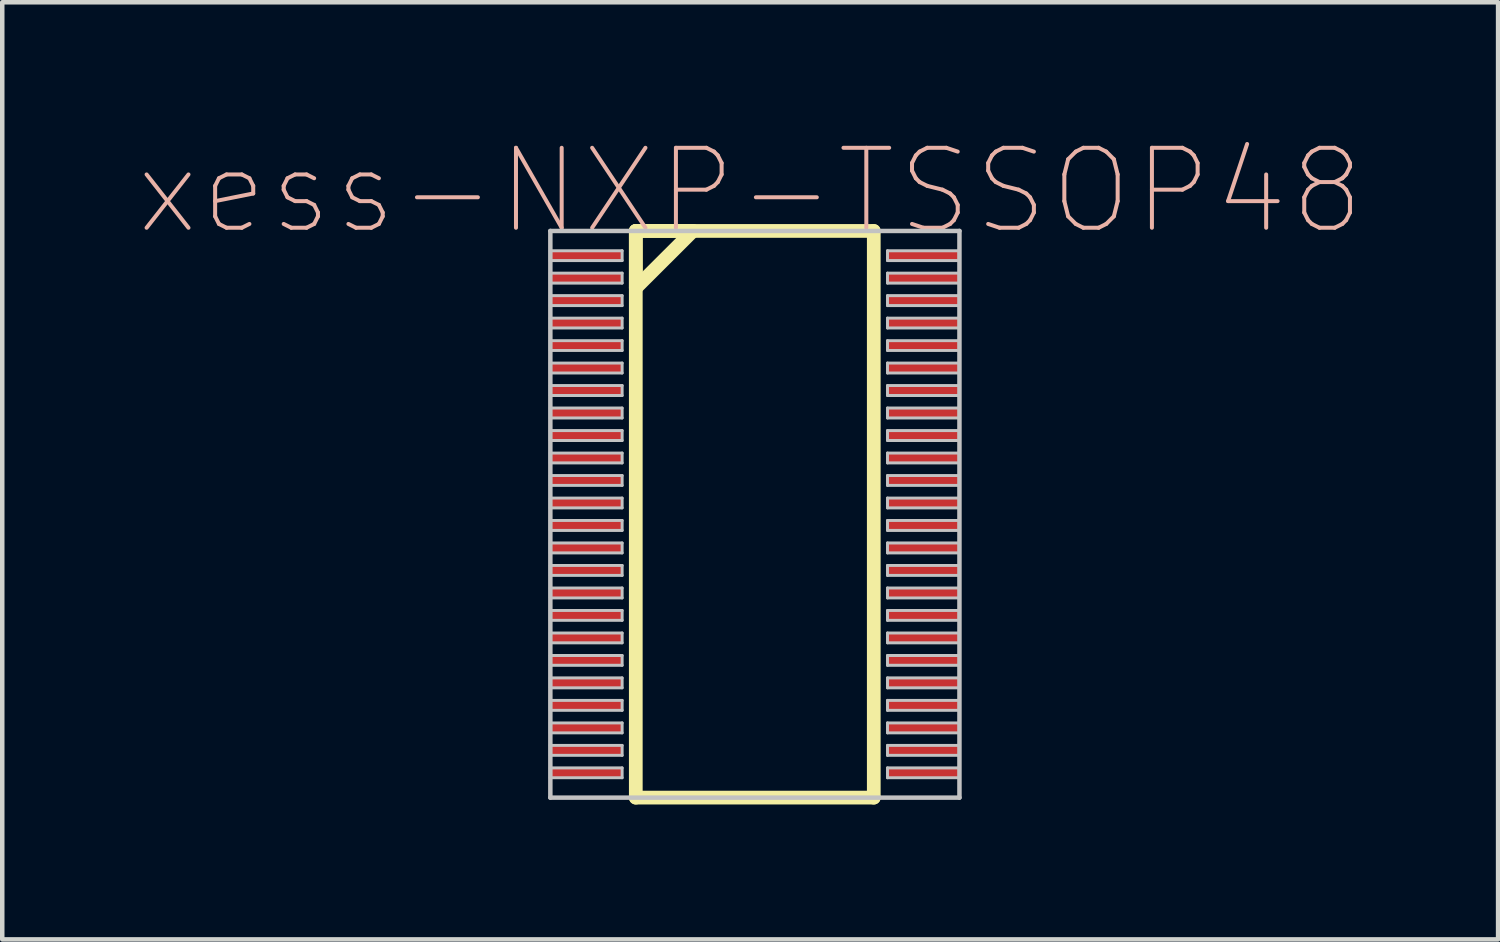
<source format=kicad_pcb>
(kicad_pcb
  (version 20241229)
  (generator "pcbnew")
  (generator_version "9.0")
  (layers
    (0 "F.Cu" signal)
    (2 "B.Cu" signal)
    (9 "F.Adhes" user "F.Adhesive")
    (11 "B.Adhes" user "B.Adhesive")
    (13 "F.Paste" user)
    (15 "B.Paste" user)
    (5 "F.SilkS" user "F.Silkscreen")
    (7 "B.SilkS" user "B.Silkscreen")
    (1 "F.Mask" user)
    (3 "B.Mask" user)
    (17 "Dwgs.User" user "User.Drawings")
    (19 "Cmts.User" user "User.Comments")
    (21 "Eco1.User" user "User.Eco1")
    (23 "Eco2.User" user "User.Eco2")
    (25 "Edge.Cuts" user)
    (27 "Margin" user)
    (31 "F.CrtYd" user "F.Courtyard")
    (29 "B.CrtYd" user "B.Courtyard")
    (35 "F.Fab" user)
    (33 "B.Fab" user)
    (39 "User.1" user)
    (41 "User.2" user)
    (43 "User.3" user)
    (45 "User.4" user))
  (footprint "xess-NXP-TSSOP48"
    (layer "F.Cu")
    (at 9.984 2.634)
    (property "Reference" "xess-NXP-TSSOP48" (at 3.645 -1.438 0) (layer "B.SilkS") (effects (font (size 1.778 1.778) (thickness 0.089))))
    (attr smd)
    (fp_line (start 1.102 -0.549) (end 1.102 0.719) (stroke (width 0.305) (type solid)) (layer "F.SilkS"))
    (fp_line (start 1.102 -0.549) (end 1.102 12.05) (stroke (width 0.305) (type solid)) (layer "F.SilkS"))
    (fp_line (start 1.102 0.719) (end 2.372 -0.549) (stroke (width 0.305) (type solid)) (layer "F.SilkS"))
    (fp_line (start 1.102 12.05) (end 6.393 12.05) (stroke (width 0.305) (type solid)) (layer "F.SilkS"))
    (fp_line (start 2.372 -0.549) (end 1.102 -0.549) (stroke (width 0.305) (type solid)) (layer "F.SilkS"))
    (fp_line (start 6.393 -0.549) (end 1.102 -0.549) (stroke (width 0.305) (type solid)) (layer "F.SilkS"))
    (fp_line (start 6.393 12.05) (end 6.393 -0.549) (stroke (width 0.305) (type solid)) (layer "F.SilkS"))
    (fp_line (start -0.798 -0.549) (end -0.798 12.05) (stroke (width 0.1) (type solid)) (layer "Dwgs.User"))
    (fp_line (start -0.798 -0.109) (end 0.798 -0.109) (stroke (width 0.066) (type solid)) (layer "Dwgs.User"))
    (fp_line (start -0.798 0.109) (end -0.798 -0.109) (stroke (width 0.066) (type solid)) (layer "Dwgs.User"))
    (fp_line (start -0.798 0.109) (end 0.798 0.109) (stroke (width 0.066) (type solid)) (layer "Dwgs.User"))
    (fp_line (start -0.798 0.389) (end 0.798 0.389) (stroke (width 0.066) (type solid)) (layer "Dwgs.User"))
    (fp_line (start -0.798 0.61) (end -0.798 0.389) (stroke (width 0.066) (type solid)) (layer "Dwgs.User"))
    (fp_line (start -0.798 0.61) (end 0.798 0.61) (stroke (width 0.066) (type solid)) (layer "Dwgs.User"))
    (fp_line (start -0.798 0.889) (end 0.798 0.889) (stroke (width 0.066) (type solid)) (layer "Dwgs.User"))
    (fp_line (start -0.798 1.11) (end -0.798 0.889) (stroke (width 0.066) (type solid)) (layer "Dwgs.User"))
    (fp_line (start -0.798 1.11) (end 0.798 1.11) (stroke (width 0.066) (type solid)) (layer "Dwgs.User"))
    (fp_line (start -0.798 1.389) (end 0.798 1.389) (stroke (width 0.066) (type solid)) (layer "Dwgs.User"))
    (fp_line (start -0.798 1.608) (end -0.798 1.389) (stroke (width 0.066) (type solid)) (layer "Dwgs.User"))
    (fp_line (start -0.798 1.608) (end 0.798 1.608) (stroke (width 0.066) (type solid)) (layer "Dwgs.User"))
    (fp_line (start -0.798 1.89) (end 0.798 1.89) (stroke (width 0.066) (type solid)) (layer "Dwgs.User"))
    (fp_line (start -0.798 2.108) (end -0.798 1.89) (stroke (width 0.066) (type solid)) (layer "Dwgs.User"))
    (fp_line (start -0.798 2.108) (end 0.798 2.108) (stroke (width 0.066) (type solid)) (layer "Dwgs.User"))
    (fp_line (start -0.798 2.388) (end 0.798 2.388) (stroke (width 0.066) (type solid)) (layer "Dwgs.User"))
    (fp_line (start -0.798 2.609) (end -0.798 2.388) (stroke (width 0.066) (type solid)) (layer "Dwgs.User"))
    (fp_line (start -0.798 2.609) (end 0.798 2.609) (stroke (width 0.066) (type solid)) (layer "Dwgs.User"))
    (fp_line (start -0.798 2.888) (end 0.798 2.888) (stroke (width 0.066) (type solid)) (layer "Dwgs.User"))
    (fp_line (start -0.798 3.109) (end -0.798 2.888) (stroke (width 0.066) (type solid)) (layer "Dwgs.User"))
    (fp_line (start -0.798 3.109) (end 0.798 3.109) (stroke (width 0.066) (type solid)) (layer "Dwgs.User"))
    (fp_line (start -0.798 3.388) (end 0.798 3.388) (stroke (width 0.066) (type solid)) (layer "Dwgs.User"))
    (fp_line (start -0.798 3.609) (end -0.798 3.388) (stroke (width 0.066) (type solid)) (layer "Dwgs.User"))
    (fp_line (start -0.798 3.609) (end 0.798 3.609) (stroke (width 0.066) (type solid)) (layer "Dwgs.User"))
    (fp_line (start -0.798 3.889) (end 0.798 3.889) (stroke (width 0.066) (type solid)) (layer "Dwgs.User"))
    (fp_line (start -0.798 4.11) (end -0.798 3.889) (stroke (width 0.066) (type solid)) (layer "Dwgs.User"))
    (fp_line (start -0.798 4.11) (end 0.798 4.11) (stroke (width 0.066) (type solid)) (layer "Dwgs.User"))
    (fp_line (start -0.798 4.389) (end 0.798 4.389) (stroke (width 0.066) (type solid)) (layer "Dwgs.User"))
    (fp_line (start -0.798 4.608) (end -0.798 4.389) (stroke (width 0.066) (type solid)) (layer "Dwgs.User"))
    (fp_line (start -0.798 4.608) (end 0.798 4.608) (stroke (width 0.066) (type solid)) (layer "Dwgs.User"))
    (fp_line (start -0.798 4.889) (end 0.798 4.889) (stroke (width 0.066) (type solid)) (layer "Dwgs.User"))
    (fp_line (start -0.798 5.108) (end -0.798 4.889) (stroke (width 0.066) (type solid)) (layer "Dwgs.User"))
    (fp_line (start -0.798 5.108) (end 0.798 5.108) (stroke (width 0.066) (type solid)) (layer "Dwgs.User"))
    (fp_line (start -0.798 5.39) (end 0.798 5.39) (stroke (width 0.066) (type solid)) (layer "Dwgs.User"))
    (fp_line (start -0.798 5.608) (end -0.798 5.39) (stroke (width 0.066) (type solid)) (layer "Dwgs.User"))
    (fp_line (start -0.798 5.608) (end 0.798 5.608) (stroke (width 0.066) (type solid)) (layer "Dwgs.User"))
    (fp_line (start -0.798 5.888) (end 0.798 5.888) (stroke (width 0.066) (type solid)) (layer "Dwgs.User"))
    (fp_line (start -0.798 6.109) (end -0.798 5.888) (stroke (width 0.066) (type solid)) (layer "Dwgs.User"))
    (fp_line (start -0.798 6.109) (end 0.798 6.109) (stroke (width 0.066) (type solid)) (layer "Dwgs.User"))
    (fp_line (start -0.798 6.388) (end 0.798 6.388) (stroke (width 0.066) (type solid)) (layer "Dwgs.User"))
    (fp_line (start -0.798 6.609) (end -0.798 6.388) (stroke (width 0.066) (type solid)) (layer "Dwgs.User"))
    (fp_line (start -0.798 6.609) (end 0.798 6.609) (stroke (width 0.066) (type solid)) (layer "Dwgs.User"))
    (fp_line (start -0.798 6.888) (end 0.798 6.888) (stroke (width 0.066) (type solid)) (layer "Dwgs.User"))
    (fp_line (start -0.798 7.109) (end -0.798 6.888) (stroke (width 0.066) (type solid)) (layer "Dwgs.User"))
    (fp_line (start -0.798 7.109) (end 0.798 7.109) (stroke (width 0.066) (type solid)) (layer "Dwgs.User"))
    (fp_line (start -0.798 7.389) (end 0.798 7.389) (stroke (width 0.066) (type solid)) (layer "Dwgs.User"))
    (fp_line (start -0.798 7.61) (end -0.798 7.389) (stroke (width 0.066) (type solid)) (layer "Dwgs.User"))
    (fp_line (start -0.798 7.61) (end 0.798 7.61) (stroke (width 0.066) (type solid)) (layer "Dwgs.User"))
    (fp_line (start -0.798 7.889) (end 0.798 7.889) (stroke (width 0.066) (type solid)) (layer "Dwgs.User"))
    (fp_line (start -0.798 8.108) (end -0.798 7.889) (stroke (width 0.066) (type solid)) (layer "Dwgs.User"))
    (fp_line (start -0.798 8.108) (end 0.798 8.108) (stroke (width 0.066) (type solid)) (layer "Dwgs.User"))
    (fp_line (start -0.798 8.39) (end 0.798 8.39) (stroke (width 0.066) (type solid)) (layer "Dwgs.User"))
    (fp_line (start -0.798 8.608) (end -0.798 8.39) (stroke (width 0.066) (type solid)) (layer "Dwgs.User"))
    (fp_line (start -0.798 8.608) (end 0.798 8.608) (stroke (width 0.066) (type solid)) (layer "Dwgs.User"))
    (fp_line (start -0.798 8.89) (end 0.798 8.89) (stroke (width 0.066) (type solid)) (layer "Dwgs.User"))
    (fp_line (start -0.798 9.108) (end -0.798 8.89) (stroke (width 0.066) (type solid)) (layer "Dwgs.User"))
    (fp_line (start -0.798 9.108) (end 0.798 9.108) (stroke (width 0.066) (type solid)) (layer "Dwgs.User"))
    (fp_line (start -0.798 9.388) (end 0.798 9.388) (stroke (width 0.066) (type solid)) (layer "Dwgs.User"))
    (fp_line (start -0.798 9.609) (end -0.798 9.388) (stroke (width 0.066) (type solid)) (layer "Dwgs.User"))
    (fp_line (start -0.798 9.609) (end 0.798 9.609) (stroke (width 0.066) (type solid)) (layer "Dwgs.User"))
    (fp_line (start -0.798 9.888) (end 0.798 9.888) (stroke (width 0.066) (type solid)) (layer "Dwgs.User"))
    (fp_line (start -0.798 10.109) (end -0.798 9.888) (stroke (width 0.066) (type solid)) (layer "Dwgs.User"))
    (fp_line (start -0.798 10.109) (end 0.798 10.109) (stroke (width 0.066) (type solid)) (layer "Dwgs.User"))
    (fp_line (start -0.798 10.389) (end 0.798 10.389) (stroke (width 0.066) (type solid)) (layer "Dwgs.User"))
    (fp_line (start -0.798 10.61) (end -0.798 10.389) (stroke (width 0.066) (type solid)) (layer "Dwgs.User"))
    (fp_line (start -0.798 10.61) (end 0.798 10.61) (stroke (width 0.066) (type solid)) (layer "Dwgs.User"))
    (fp_line (start -0.798 10.889) (end 0.798 10.889) (stroke (width 0.066) (type solid)) (layer "Dwgs.User"))
    (fp_line (start -0.798 11.11) (end -0.798 10.889) (stroke (width 0.066) (type solid)) (layer "Dwgs.User"))
    (fp_line (start -0.798 11.11) (end 0.798 11.11) (stroke (width 0.066) (type solid)) (layer "Dwgs.User"))
    (fp_line (start -0.798 11.389) (end 0.798 11.389) (stroke (width 0.066) (type solid)) (layer "Dwgs.User"))
    (fp_line (start -0.798 11.608) (end -0.798 11.389) (stroke (width 0.066) (type solid)) (layer "Dwgs.User"))
    (fp_line (start -0.798 11.608) (end 0.798 11.608) (stroke (width 0.066) (type solid)) (layer "Dwgs.User"))
    (fp_line (start -0.798 12.05) (end 8.298 12.05) (stroke (width 0.1) (type solid)) (layer "Dwgs.User"))
    (fp_line (start 0.798 0.109) (end 0.798 -0.109) (stroke (width 0.066) (type solid)) (layer "Dwgs.User"))
    (fp_line (start 0.798 0.61) (end 0.798 0.389) (stroke (width 0.066) (type solid)) (layer "Dwgs.User"))
    (fp_line (start 0.798 1.11) (end 0.798 0.889) (stroke (width 0.066) (type solid)) (layer "Dwgs.User"))
    (fp_line (start 0.798 1.608) (end 0.798 1.389) (stroke (width 0.066) (type solid)) (layer "Dwgs.User"))
    (fp_line (start 0.798 2.108) (end 0.798 1.89) (stroke (width 0.066) (type solid)) (layer "Dwgs.User"))
    (fp_line (start 0.798 2.609) (end 0.798 2.388) (stroke (width 0.066) (type solid)) (layer "Dwgs.User"))
    (fp_line (start 0.798 3.109) (end 0.798 2.888) (stroke (width 0.066) (type solid)) (layer "Dwgs.User"))
    (fp_line (start 0.798 3.609) (end 0.798 3.388) (stroke (width 0.066) (type solid)) (layer "Dwgs.User"))
    (fp_line (start 0.798 4.11) (end 0.798 3.889) (stroke (width 0.066) (type solid)) (layer "Dwgs.User"))
    (fp_line (start 0.798 4.608) (end 0.798 4.389) (stroke (width 0.066) (type solid)) (layer "Dwgs.User"))
    (fp_line (start 0.798 5.108) (end 0.798 4.889) (stroke (width 0.066) (type solid)) (layer "Dwgs.User"))
    (fp_line (start 0.798 5.608) (end 0.798 5.39) (stroke (width 0.066) (type solid)) (layer "Dwgs.User"))
    (fp_line (start 0.798 6.109) (end 0.798 5.888) (stroke (width 0.066) (type solid)) (layer "Dwgs.User"))
    (fp_line (start 0.798 6.609) (end 0.798 6.388) (stroke (width 0.066) (type solid)) (layer "Dwgs.User"))
    (fp_line (start 0.798 7.109) (end 0.798 6.888) (stroke (width 0.066) (type solid)) (layer "Dwgs.User"))
    (fp_line (start 0.798 7.61) (end 0.798 7.389) (stroke (width 0.066) (type solid)) (layer "Dwgs.User"))
    (fp_line (start 0.798 8.108) (end 0.798 7.889) (stroke (width 0.066) (type solid)) (layer "Dwgs.User"))
    (fp_line (start 0.798 8.608) (end 0.798 8.39) (stroke (width 0.066) (type solid)) (layer "Dwgs.User"))
    (fp_line (start 0.798 9.108) (end 0.798 8.89) (stroke (width 0.066) (type solid)) (layer "Dwgs.User"))
    (fp_line (start 0.798 9.609) (end 0.798 9.388) (stroke (width 0.066) (type solid)) (layer "Dwgs.User"))
    (fp_line (start 0.798 10.109) (end 0.798 9.888) (stroke (width 0.066) (type solid)) (layer "Dwgs.User"))
    (fp_line (start 0.798 10.61) (end 0.798 10.389) (stroke (width 0.066) (type solid)) (layer "Dwgs.User"))
    (fp_line (start 0.798 11.11) (end 0.798 10.889) (stroke (width 0.066) (type solid)) (layer "Dwgs.User"))
    (fp_line (start 0.798 11.608) (end 0.798 11.389) (stroke (width 0.066) (type solid)) (layer "Dwgs.User"))
    (fp_line (start 6.698 -0.109) (end 8.298 -0.109) (stroke (width 0.066) (type solid)) (layer "Dwgs.User"))
    (fp_line (start 6.698 0.109) (end 6.698 -0.109) (stroke (width 0.066) (type solid)) (layer "Dwgs.User"))
    (fp_line (start 6.698 0.109) (end 8.298 0.109) (stroke (width 0.066) (type solid)) (layer "Dwgs.User"))
    (fp_line (start 6.698 0.389) (end 8.298 0.389) (stroke (width 0.066) (type solid)) (layer "Dwgs.User"))
    (fp_line (start 6.698 0.61) (end 6.698 0.389) (stroke (width 0.066) (type solid)) (layer "Dwgs.User"))
    (fp_line (start 6.698 0.61) (end 8.298 0.61) (stroke (width 0.066) (type solid)) (layer "Dwgs.User"))
    (fp_line (start 6.698 0.889) (end 8.298 0.889) (stroke (width 0.066) (type solid)) (layer "Dwgs.User"))
    (fp_line (start 6.698 1.11) (end 6.698 0.889) (stroke (width 0.066) (type solid)) (layer "Dwgs.User"))
    (fp_line (start 6.698 1.11) (end 8.298 1.11) (stroke (width 0.066) (type solid)) (layer "Dwgs.User"))
    (fp_line (start 6.698 1.389) (end 8.298 1.389) (stroke (width 0.066) (type solid)) (layer "Dwgs.User"))
    (fp_line (start 6.698 1.608) (end 6.698 1.389) (stroke (width 0.066) (type solid)) (layer "Dwgs.User"))
    (fp_line (start 6.698 1.608) (end 8.298 1.608) (stroke (width 0.066) (type solid)) (layer "Dwgs.User"))
    (fp_line (start 6.698 1.89) (end 8.298 1.89) (stroke (width 0.066) (type solid)) (layer "Dwgs.User"))
    (fp_line (start 6.698 2.108) (end 6.698 1.89) (stroke (width 0.066) (type solid)) (layer "Dwgs.User"))
    (fp_line (start 6.698 2.108) (end 8.298 2.108) (stroke (width 0.066) (type solid)) (layer "Dwgs.User"))
    (fp_line (start 6.698 2.388) (end 8.298 2.388) (stroke (width 0.066) (type solid)) (layer "Dwgs.User"))
    (fp_line (start 6.698 2.609) (end 6.698 2.388) (stroke (width 0.066) (type solid)) (layer "Dwgs.User"))
    (fp_line (start 6.698 2.609) (end 8.298 2.609) (stroke (width 0.066) (type solid)) (layer "Dwgs.User"))
    (fp_line (start 6.698 2.888) (end 8.298 2.888) (stroke (width 0.066) (type solid)) (layer "Dwgs.User"))
    (fp_line (start 6.698 3.109) (end 6.698 2.888) (stroke (width 0.066) (type solid)) (layer "Dwgs.User"))
    (fp_line (start 6.698 3.109) (end 8.298 3.109) (stroke (width 0.066) (type solid)) (layer "Dwgs.User"))
    (fp_line (start 6.698 3.388) (end 8.298 3.388) (stroke (width 0.066) (type solid)) (layer "Dwgs.User"))
    (fp_line (start 6.698 3.609) (end 6.698 3.388) (stroke (width 0.066) (type solid)) (layer "Dwgs.User"))
    (fp_line (start 6.698 3.609) (end 8.298 3.609) (stroke (width 0.066) (type solid)) (layer "Dwgs.User"))
    (fp_line (start 6.698 3.889) (end 8.298 3.889) (stroke (width 0.066) (type solid)) (layer "Dwgs.User"))
    (fp_line (start 6.698 4.11) (end 6.698 3.889) (stroke (width 0.066) (type solid)) (layer "Dwgs.User"))
    (fp_line (start 6.698 4.11) (end 8.298 4.11) (stroke (width 0.066) (type solid)) (layer "Dwgs.User"))
    (fp_line (start 6.698 4.389) (end 8.298 4.389) (stroke (width 0.066) (type solid)) (layer "Dwgs.User"))
    (fp_line (start 6.698 4.608) (end 6.698 4.389) (stroke (width 0.066) (type solid)) (layer "Dwgs.User"))
    (fp_line (start 6.698 4.608) (end 8.298 4.608) (stroke (width 0.066) (type solid)) (layer "Dwgs.User"))
    (fp_line (start 6.698 4.889) (end 8.298 4.889) (stroke (width 0.066) (type solid)) (layer "Dwgs.User"))
    (fp_line (start 6.698 5.108) (end 6.698 4.889) (stroke (width 0.066) (type solid)) (layer "Dwgs.User"))
    (fp_line (start 6.698 5.108) (end 8.298 5.108) (stroke (width 0.066) (type solid)) (layer "Dwgs.User"))
    (fp_line (start 6.698 5.39) (end 8.298 5.39) (stroke (width 0.066) (type solid)) (layer "Dwgs.User"))
    (fp_line (start 6.698 5.608) (end 6.698 5.39) (stroke (width 0.066) (type solid)) (layer "Dwgs.User"))
    (fp_line (start 6.698 5.608) (end 8.298 5.608) (stroke (width 0.066) (type solid)) (layer "Dwgs.User"))
    (fp_line (start 6.698 5.888) (end 8.298 5.888) (stroke (width 0.066) (type solid)) (layer "Dwgs.User"))
    (fp_line (start 6.698 6.109) (end 6.698 5.888) (stroke (width 0.066) (type solid)) (layer "Dwgs.User"))
    (fp_line (start 6.698 6.109) (end 8.298 6.109) (stroke (width 0.066) (type solid)) (layer "Dwgs.User"))
    (fp_line (start 6.698 6.388) (end 8.298 6.388) (stroke (width 0.066) (type solid)) (layer "Dwgs.User"))
    (fp_line (start 6.698 6.609) (end 6.698 6.388) (stroke (width 0.066) (type solid)) (layer "Dwgs.User"))
    (fp_line (start 6.698 6.609) (end 8.298 6.609) (stroke (width 0.066) (type solid)) (layer "Dwgs.User"))
    (fp_line (start 6.698 6.888) (end 8.298 6.888) (stroke (width 0.066) (type solid)) (layer "Dwgs.User"))
    (fp_line (start 6.698 7.109) (end 6.698 6.888) (stroke (width 0.066) (type solid)) (layer "Dwgs.User"))
    (fp_line (start 6.698 7.109) (end 8.298 7.109) (stroke (width 0.066) (type solid)) (layer "Dwgs.User"))
    (fp_line (start 6.698 7.389) (end 8.298 7.389) (stroke (width 0.066) (type solid)) (layer "Dwgs.User"))
    (fp_line (start 6.698 7.61) (end 6.698 7.389) (stroke (width 0.066) (type solid)) (layer "Dwgs.User"))
    (fp_line (start 6.698 7.61) (end 8.298 7.61) (stroke (width 0.066) (type solid)) (layer "Dwgs.User"))
    (fp_line (start 6.698 7.889) (end 8.298 7.889) (stroke (width 0.066) (type solid)) (layer "Dwgs.User"))
    (fp_line (start 6.698 8.108) (end 6.698 7.889) (stroke (width 0.066) (type solid)) (layer "Dwgs.User"))
    (fp_line (start 6.698 8.108) (end 8.298 8.108) (stroke (width 0.066) (type solid)) (layer "Dwgs.User"))
    (fp_line (start 6.698 8.39) (end 8.298 8.39) (stroke (width 0.066) (type solid)) (layer "Dwgs.User"))
    (fp_line (start 6.698 8.608) (end 6.698 8.39) (stroke (width 0.066) (type solid)) (layer "Dwgs.User"))
    (fp_line (start 6.698 8.608) (end 8.298 8.608) (stroke (width 0.066) (type solid)) (layer "Dwgs.User"))
    (fp_line (start 6.698 8.89) (end 8.298 8.89) (stroke (width 0.066) (type solid)) (layer "Dwgs.User"))
    (fp_line (start 6.698 9.108) (end 6.698 8.89) (stroke (width 0.066) (type solid)) (layer "Dwgs.User"))
    (fp_line (start 6.698 9.108) (end 8.298 9.108) (stroke (width 0.066) (type solid)) (layer "Dwgs.User"))
    (fp_line (start 6.698 9.388) (end 8.298 9.388) (stroke (width 0.066) (type solid)) (layer "Dwgs.User"))
    (fp_line (start 6.698 9.609) (end 6.698 9.388) (stroke (width 0.066) (type solid)) (layer "Dwgs.User"))
    (fp_line (start 6.698 9.609) (end 8.298 9.609) (stroke (width 0.066) (type solid)) (layer "Dwgs.User"))
    (fp_line (start 6.698 9.888) (end 8.298 9.888) (stroke (width 0.066) (type solid)) (layer "Dwgs.User"))
    (fp_line (start 6.698 10.109) (end 6.698 9.888) (stroke (width 0.066) (type solid)) (layer "Dwgs.User"))
    (fp_line (start 6.698 10.109) (end 8.298 10.109) (stroke (width 0.066) (type solid)) (layer "Dwgs.User"))
    (fp_line (start 6.698 10.389) (end 8.298 10.389) (stroke (width 0.066) (type solid)) (layer "Dwgs.User"))
    (fp_line (start 6.698 10.61) (end 6.698 10.389) (stroke (width 0.066) (type solid)) (layer "Dwgs.User"))
    (fp_line (start 6.698 10.61) (end 8.298 10.61) (stroke (width 0.066) (type solid)) (layer "Dwgs.User"))
    (fp_line (start 6.698 10.889) (end 8.298 10.889) (stroke (width 0.066) (type solid)) (layer "Dwgs.User"))
    (fp_line (start 6.698 11.11) (end 6.698 10.889) (stroke (width 0.066) (type solid)) (layer "Dwgs.User"))
    (fp_line (start 6.698 11.11) (end 8.298 11.11) (stroke (width 0.066) (type solid)) (layer "Dwgs.User"))
    (fp_line (start 6.698 11.389) (end 8.298 11.389) (stroke (width 0.066) (type solid)) (layer "Dwgs.User"))
    (fp_line (start 6.698 11.608) (end 6.698 11.389) (stroke (width 0.066) (type solid)) (layer "Dwgs.User"))
    (fp_line (start 6.698 11.608) (end 8.298 11.608) (stroke (width 0.066) (type solid)) (layer "Dwgs.User"))
    (fp_line (start 8.298 -0.549) (end -0.798 -0.549) (stroke (width 0.1) (type solid)) (layer "Dwgs.User"))
    (fp_line (start 8.298 0.109) (end 8.298 -0.109) (stroke (width 0.066) (type solid)) (layer "Dwgs.User"))
    (fp_line (start 8.298 0.61) (end 8.298 0.389) (stroke (width 0.066) (type solid)) (layer "Dwgs.User"))
    (fp_line (start 8.298 1.11) (end 8.298 0.889) (stroke (width 0.066) (type solid)) (layer "Dwgs.User"))
    (fp_line (start 8.298 1.608) (end 8.298 1.389) (stroke (width 0.066) (type solid)) (layer "Dwgs.User"))
    (fp_line (start 8.298 2.108) (end 8.298 1.89) (stroke (width 0.066) (type solid)) (layer "Dwgs.User"))
    (fp_line (start 8.298 2.609) (end 8.298 2.388) (stroke (width 0.066) (type solid)) (layer "Dwgs.User"))
    (fp_line (start 8.298 3.109) (end 8.298 2.888) (stroke (width 0.066) (type solid)) (layer "Dwgs.User"))
    (fp_line (start 8.298 3.609) (end 8.298 3.388) (stroke (width 0.066) (type solid)) (layer "Dwgs.User"))
    (fp_line (start 8.298 4.11) (end 8.298 3.889) (stroke (width 0.066) (type solid)) (layer "Dwgs.User"))
    (fp_line (start 8.298 4.608) (end 8.298 4.389) (stroke (width 0.066) (type solid)) (layer "Dwgs.User"))
    (fp_line (start 8.298 5.108) (end 8.298 4.889) (stroke (width 0.066) (type solid)) (layer "Dwgs.User"))
    (fp_line (start 8.298 5.608) (end 8.298 5.39) (stroke (width 0.066) (type solid)) (layer "Dwgs.User"))
    (fp_line (start 8.298 6.109) (end 8.298 5.888) (stroke (width 0.066) (type solid)) (layer "Dwgs.User"))
    (fp_line (start 8.298 6.609) (end 8.298 6.388) (stroke (width 0.066) (type solid)) (layer "Dwgs.User"))
    (fp_line (start 8.298 7.109) (end 8.298 6.888) (stroke (width 0.066) (type solid)) (layer "Dwgs.User"))
    (fp_line (start 8.298 7.61) (end 8.298 7.389) (stroke (width 0.066) (type solid)) (layer "Dwgs.User"))
    (fp_line (start 8.298 8.108) (end 8.298 7.889) (stroke (width 0.066) (type solid)) (layer "Dwgs.User"))
    (fp_line (start 8.298 8.608) (end 8.298 8.39) (stroke (width 0.066) (type solid)) (layer "Dwgs.User"))
    (fp_line (start 8.298 9.108) (end 8.298 8.89) (stroke (width 0.066) (type solid)) (layer "Dwgs.User"))
    (fp_line (start 8.298 9.609) (end 8.298 9.388) (stroke (width 0.066) (type solid)) (layer "Dwgs.User"))
    (fp_line (start 8.298 10.109) (end 8.298 9.888) (stroke (width 0.066) (type solid)) (layer "Dwgs.User"))
    (fp_line (start 8.298 10.61) (end 8.298 10.389) (stroke (width 0.066) (type solid)) (layer "Dwgs.User"))
    (fp_line (start 8.298 11.11) (end 8.298 10.889) (stroke (width 0.066) (type solid)) (layer "Dwgs.User"))
    (fp_line (start 8.298 11.608) (end 8.298 11.389) (stroke (width 0.066) (type solid)) (layer "Dwgs.User"))
    (fp_line (start 8.298 12.05) (end 8.298 -0.549) (stroke (width 0.1) (type solid)) (layer "Dwgs.User"))
    (pad "1" smd rect (at 0 0) (size 1.598 0.218) (layers "F.Cu" "F.Mask" "F.Paste"))
    (pad "2" smd rect (at 0 0.498) (size 1.598 0.218) (layers "F.Cu" "F.Mask" "F.Paste"))
    (pad "3" smd rect (at 0 0.998) (size 1.598 0.218) (layers "F.Cu" "F.Mask" "F.Paste"))
    (pad "4" smd rect (at 0 1.499) (size 1.598 0.218) (layers "F.Cu" "F.Mask" "F.Paste"))
    (pad "5" smd rect (at 0 1.999) (size 1.598 0.218) (layers "F.Cu" "F.Mask" "F.Paste"))
    (pad "6" smd rect (at 0 2.499) (size 1.598 0.218) (layers "F.Cu" "F.Mask" "F.Paste"))
    (pad "7" smd rect (at 0 3) (size 1.598 0.218) (layers "F.Cu" "F.Mask" "F.Paste"))
    (pad "8" smd rect (at 0 3.498) (size 1.598 0.218) (layers "F.Cu" "F.Mask" "F.Paste"))
    (pad "9" smd rect (at 0 3.998) (size 1.598 0.218) (layers "F.Cu" "F.Mask" "F.Paste"))
    (pad "10" smd rect (at 0 4.498) (size 1.598 0.218) (layers "F.Cu" "F.Mask" "F.Paste"))
    (pad "11" smd rect (at 0 4.999) (size 1.598 0.218) (layers "F.Cu" "F.Mask" "F.Paste"))
    (pad "12" smd rect (at 0 5.499) (size 1.598 0.218) (layers "F.Cu" "F.Mask" "F.Paste"))
    (pad "13" smd rect (at 0 5.999) (size 1.598 0.218) (layers "F.Cu" "F.Mask" "F.Paste"))
    (pad "14" smd rect (at 0 6.5) (size 1.598 0.218) (layers "F.Cu" "F.Mask" "F.Paste"))
    (pad "15" smd rect (at 0 6.998) (size 1.598 0.218) (layers "F.Cu" "F.Mask" "F.Paste"))
    (pad "16" smd rect (at 0 7.498) (size 1.598 0.218) (layers "F.Cu" "F.Mask" "F.Paste"))
    (pad "17" smd rect (at 0 7.998) (size 1.598 0.218) (layers "F.Cu" "F.Mask" "F.Paste"))
    (pad "18" smd rect (at 0 8.499) (size 1.598 0.218) (layers "F.Cu" "F.Mask" "F.Paste"))
    (pad "19" smd rect (at 0 8.999) (size 1.598 0.218) (layers "F.Cu" "F.Mask" "F.Paste"))
    (pad "20" smd rect (at 0 9.5) (size 1.598 0.218) (layers "F.Cu" "F.Mask" "F.Paste"))
    (pad "21" smd rect (at 0 10) (size 1.598 0.218) (layers "F.Cu" "F.Mask" "F.Paste"))
    (pad "22" smd rect (at 0 10.498) (size 1.598 0.218) (layers "F.Cu" "F.Mask" "F.Paste"))
    (pad "23" smd rect (at 0 10.998) (size 1.598 0.218) (layers "F.Cu" "F.Mask" "F.Paste"))
    (pad "24" smd rect (at 0 11.499) (size 1.598 0.218) (layers "F.Cu" "F.Mask" "F.Paste"))
    (pad "25" smd rect (at 7.498 11.499) (size 1.598 0.218) (layers "F.Cu" "F.Mask" "F.Paste"))
    (pad "26" smd rect (at 7.498 10.998) (size 1.598 0.218) (layers "F.Cu" "F.Mask" "F.Paste"))
    (pad "27" smd rect (at 7.498 10.498) (size 1.598 0.218) (layers "F.Cu" "F.Mask" "F.Paste"))
    (pad "28" smd rect (at 7.498 10) (size 1.598 0.218) (layers "F.Cu" "F.Mask" "F.Paste"))
    (pad "29" smd rect (at 7.498 9.5) (size 1.598 0.218) (layers "F.Cu" "F.Mask" "F.Paste"))
    (pad "30" smd rect (at 7.498 8.999) (size 1.598 0.218) (layers "F.Cu" "F.Mask" "F.Paste"))
    (pad "31" smd rect (at 7.498 8.499) (size 1.598 0.218) (layers "F.Cu" "F.Mask" "F.Paste"))
    (pad "32" smd rect (at 7.498 7.998) (size 1.598 0.218) (layers "F.Cu" "F.Mask" "F.Paste"))
    (pad "33" smd rect (at 7.498 7.498) (size 1.598 0.218) (layers "F.Cu" "F.Mask" "F.Paste"))
    (pad "34" smd rect (at 7.498 6.998) (size 1.598 0.218) (layers "F.Cu" "F.Mask" "F.Paste"))
    (pad "35" smd rect (at 7.498 6.5) (size 1.598 0.218) (layers "F.Cu" "F.Mask" "F.Paste"))
    (pad "36" smd rect (at 7.498 5.999) (size 1.598 0.218) (layers "F.Cu" "F.Mask" "F.Paste"))
    (pad "37" smd rect (at 7.498 5.499) (size 1.598 0.218) (layers "F.Cu" "F.Mask" "F.Paste"))
    (pad "38" smd rect (at 7.498 4.999) (size 1.598 0.218) (layers "F.Cu" "F.Mask" "F.Paste"))
    (pad "39" smd rect (at 7.498 4.498) (size 1.598 0.218) (layers "F.Cu" "F.Mask" "F.Paste"))
    (pad "40" smd rect (at 7.498 3.998) (size 1.598 0.218) (layers "F.Cu" "F.Mask" "F.Paste"))
    (pad "41" smd rect (at 7.498 3.498) (size 1.598 0.218) (layers "F.Cu" "F.Mask" "F.Paste"))
    (pad "42" smd rect (at 7.498 3) (size 1.598 0.218) (layers "F.Cu" "F.Mask" "F.Paste"))
    (pad "43" smd rect (at 7.498 2.499) (size 1.598 0.218) (layers "F.Cu" "F.Mask" "F.Paste"))
    (pad "44" smd rect (at 7.498 1.999) (size 1.598 0.218) (layers "F.Cu" "F.Mask" "F.Paste"))
    (pad "45" smd rect (at 7.498 1.499) (size 1.598 0.218) (layers "F.Cu" "F.Mask" "F.Paste"))
    (pad "46" smd rect (at 7.498 0.998) (size 1.598 0.218) (layers "F.Cu" "F.Mask" "F.Paste"))
    (pad "47" smd rect (at 7.498 0.498) (size 1.598 0.218) (layers "F.Cu" "F.Mask" "F.Paste"))
    (pad "48" smd rect (at 7.498 0) (size 1.598 0.218) (layers "F.Cu" "F.Mask" "F.Paste")))
  (gr_rect
    (start -3 -3)
    (end 30.258 17.836)
    (stroke (width 0.1) (type default))
    (fill no)
    (layer "Edge.Cuts")))
</source>
